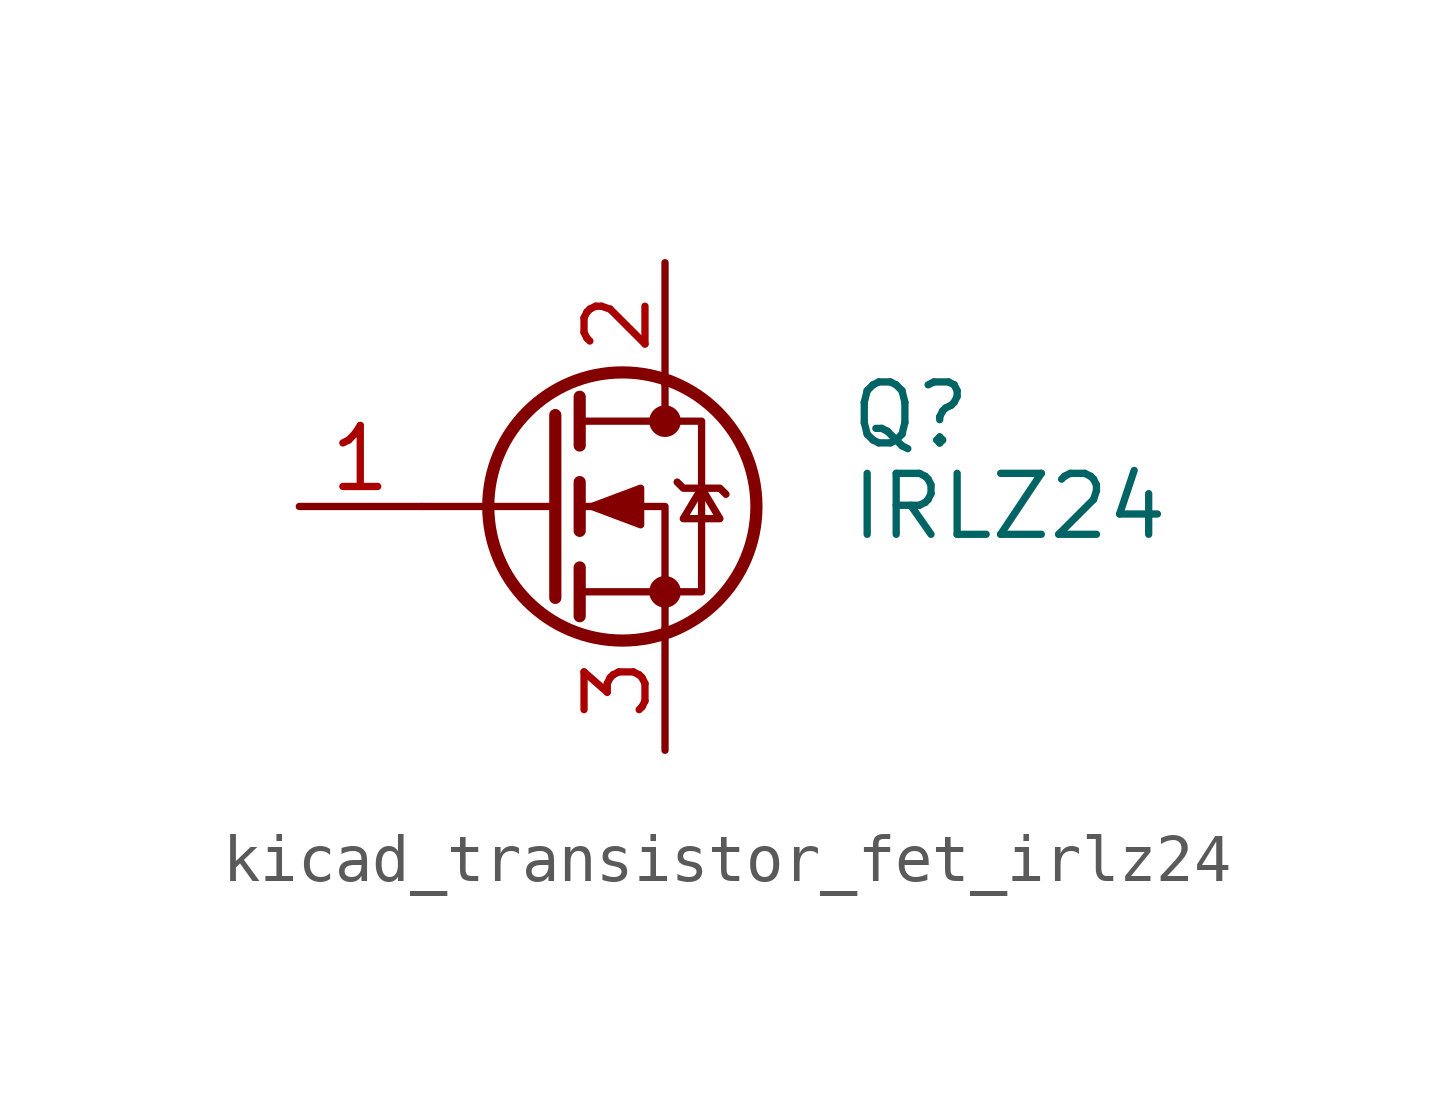
<source format=kicad_sym>
(kicad_symbol_lib
  (version 20220914)
  (generator kicad_symbol_editor)
  (symbol "kicad_transistor_fet_irlz24"
    (pin_names hide)
    (property "Reference" "Q"
      (at 6.35 1.905 0)
      (effects (font (size 1.27 1.27)) (justify left)))
    (property "Value" "IRLZ24"
      (at 6.35 0 0)
      (effects (font (size 1.27 1.27)) (justify left)))
    (symbol "kicad_transistor_fet_irlz24_0_1"
      (polyline (pts (xy 0.254 0) (xy -2.54 0)) (stroke (width 0) (type default)) (fill (type none)))
      (polyline (pts (xy 0.254 1.905) (xy 0.254 -1.905)) (stroke (width 0.254) (type default)) (fill (type none)))
      (polyline (pts (xy 0.762 -1.27) (xy 0.762 -2.286)) (stroke (width 0.254) (type default)) (fill (type none)))
      (polyline (pts (xy 0.762 0.508) (xy 0.762 -0.508)) (stroke (width 0.254) (type default)) (fill (type none)))
      (polyline (pts (xy 0.762 2.286) (xy 0.762 1.27)) (stroke (width 0.254) (type default)) (fill (type none)))
      (polyline (pts (xy 2.54 2.54) (xy 2.54 1.778)) (stroke (width 0) (type default)) (fill (type none)))
      (polyline (pts (xy 2.54 -2.54) (xy 2.54 0) (xy 0.762 0)) (stroke (width 0) (type default)) (fill (type none)))
      (polyline (pts (xy 0.762 -1.778) (xy 3.302 -1.778) (xy 3.302 1.778) (xy 0.762 1.778)) (stroke (width 0) (type default)) (fill (type none)))
      (polyline (pts (xy 1.016 0) (xy 2.032 0.381) (xy 2.032 -0.381) (xy 1.016 0)) (stroke (width 0) (type default)) (fill (type outline)))
      (polyline (pts (xy 2.794 0.508) (xy 2.921 0.381) (xy 3.683 0.381) (xy 3.81 0.254)) (stroke (width 0) (type default)) (fill (type none)))
      (polyline (pts (xy 3.302 0.381) (xy 2.921 -0.254) (xy 3.683 -0.254) (xy 3.302 0.381)) (stroke (width 0) (type default)) (fill (type none)))
      (circle (center 1.651 0) (radius 2.794) (stroke (width 0.254) (type default)) (fill (type none)))
      (circle (center 2.54 -1.778) (radius 0.254) (stroke (width 0) (type default)) (fill (type outline)))
      (circle (center 2.54 1.778) (radius 0.254) (stroke (width 0) (type default)) (fill (type outline))))
    (symbol "kicad_transistor_fet_irlz24_1_1"
      (pin input line (at -5.08 0 0) (length 2.54) (name "G" (effects (font (size 1.27 1.27)))) (number "1" (effects (font (size 1.27 1.27)))))
      (pin passive line (at 2.54 5.08 270) (length 2.54) (name "D" (effects (font (size 1.27 1.27)))) (number "2" (effects (font (size 1.27 1.27)))))
      (pin passive line (at 2.54 -5.08 90) (length 2.54) (name "S" (effects (font (size 1.27 1.27)))) (number "3" (effects (font (size 1.27 1.27))))))))
</source>
